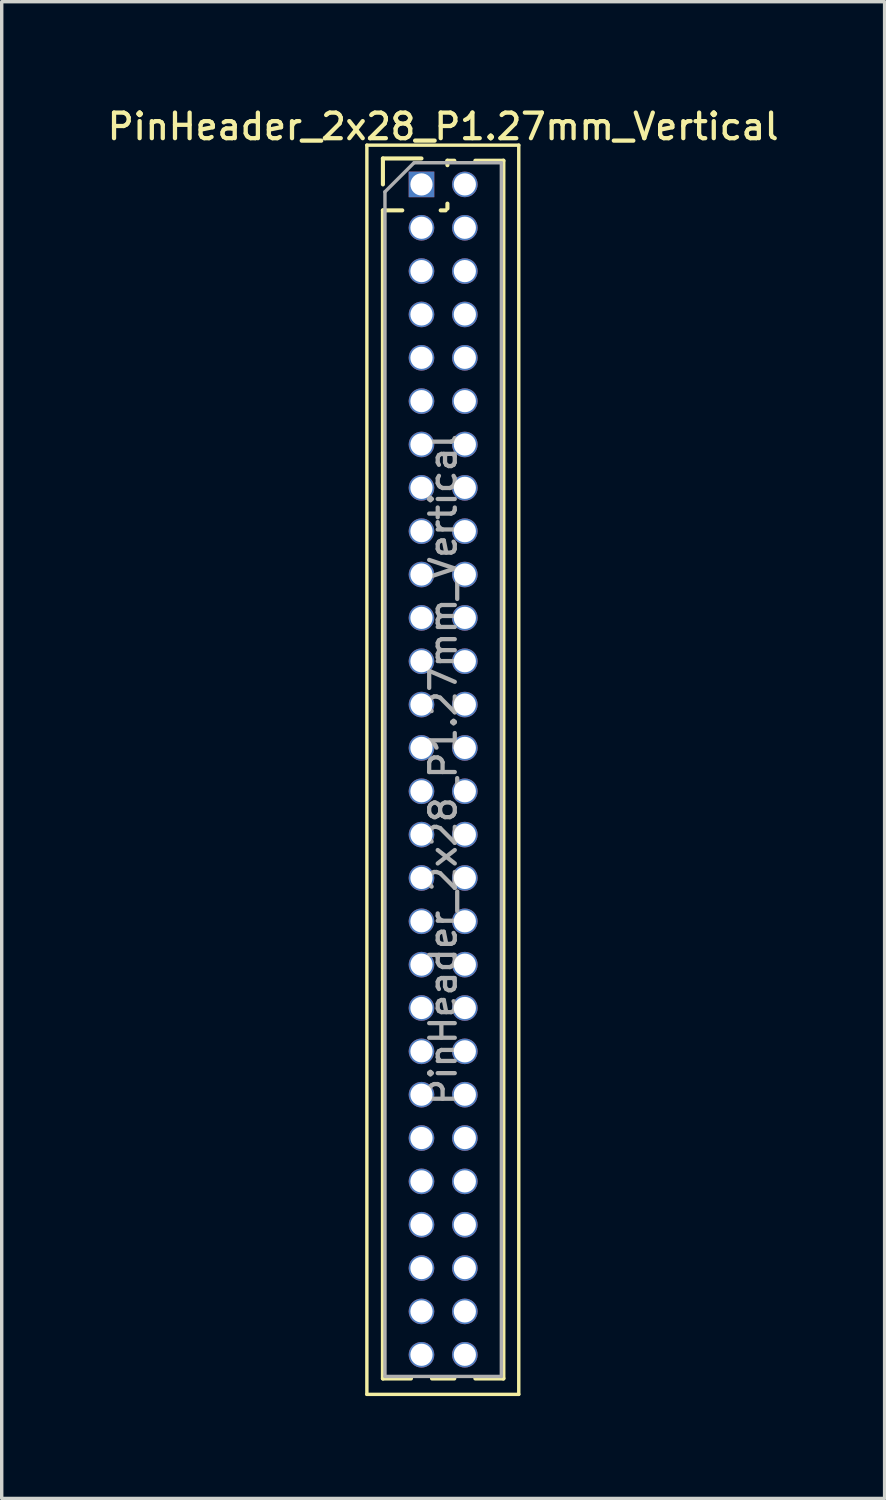
<source format=kicad_pcb>
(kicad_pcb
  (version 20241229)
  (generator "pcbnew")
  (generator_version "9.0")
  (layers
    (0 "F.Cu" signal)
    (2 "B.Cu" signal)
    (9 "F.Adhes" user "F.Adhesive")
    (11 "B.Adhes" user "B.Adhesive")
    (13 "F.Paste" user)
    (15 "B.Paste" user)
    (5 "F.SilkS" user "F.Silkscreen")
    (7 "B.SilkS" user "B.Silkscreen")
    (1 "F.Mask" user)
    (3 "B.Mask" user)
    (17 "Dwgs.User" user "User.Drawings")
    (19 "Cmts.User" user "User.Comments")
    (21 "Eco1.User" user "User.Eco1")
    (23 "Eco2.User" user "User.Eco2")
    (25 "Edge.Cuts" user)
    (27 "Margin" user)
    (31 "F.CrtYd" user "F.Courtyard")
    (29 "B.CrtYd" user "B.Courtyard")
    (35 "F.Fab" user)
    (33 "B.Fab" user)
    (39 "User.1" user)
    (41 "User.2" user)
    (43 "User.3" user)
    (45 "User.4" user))
  (footprint "PinHeader_2x28_P1.27mm_Vertical"
    (layer "F.Cu")
    (at 9.299 2.353)
    (property "Reference" "PinHeader_2x28_P1.27mm_Vertical" (at 0.635 -1.695 0) (layer "F.SilkS") (effects (font (size 0.75 0.75) (thickness 0.125))))
    (attr through_hole)
    (fp_line (start -1.6 -1.15) (end -1.6 35.45) (stroke (width 0.1) (type solid)) (layer "F.SilkS"))
    (fp_line (start -1.6 35.45) (end 2.85 35.45) (stroke (width 0.1) (type solid)) (layer "F.SilkS"))
    (fp_line (start -1.13 -0.76) (end 0 -0.76) (stroke (width 0.12) (type solid)) (layer "F.SilkS"))
    (fp_line (start -1.13 0) (end -1.13 -0.76) (stroke (width 0.12) (type solid)) (layer "F.SilkS"))
    (fp_line (start -1.13 0.76) (end -1.13 34.985) (stroke (width 0.12) (type solid)) (layer "F.SilkS"))
    (fp_line (start -1.13 0.76) (end -0.563 0.76) (stroke (width 0.12) (type solid)) (layer "F.SilkS"))
    (fp_line (start -1.13 34.985) (end -0.308 34.985) (stroke (width 0.12) (type solid)) (layer "F.SilkS"))
    (fp_line (start 0.308 34.985) (end 0.962 34.985) (stroke (width 0.12) (type solid)) (layer "F.SilkS"))
    (fp_line (start 0.563 0.76) (end 0.707 0.76) (stroke (width 0.12) (type solid)) (layer "F.SilkS"))
    (fp_line (start 0.76 -0.695) (end 0.962 -0.695) (stroke (width 0.12) (type solid)) (layer "F.SilkS"))
    (fp_line (start 0.76 -0.563) (end 0.76 -0.695) (stroke (width 0.12) (type solid)) (layer "F.SilkS"))
    (fp_line (start 0.76 0.707) (end 0.76 0.563) (stroke (width 0.12) (type solid)) (layer "F.SilkS"))
    (fp_line (start 1.578 -0.695) (end 2.4 -0.695) (stroke (width 0.12) (type solid)) (layer "F.SilkS"))
    (fp_line (start 1.578 34.985) (end 2.4 34.985) (stroke (width 0.12) (type solid)) (layer "F.SilkS"))
    (fp_line (start 2.4 -0.695) (end 2.4 34.985) (stroke (width 0.12) (type solid)) (layer "F.SilkS"))
    (fp_line (start 2.85 -1.15) (end -1.6 -1.15) (stroke (width 0.1) (type solid)) (layer "F.SilkS"))
    (fp_line (start 2.85 35.45) (end 2.85 -1.15) (stroke (width 0.1) (type solid)) (layer "F.SilkS"))
    (fp_line (start -1.07 0.217) (end -0.217 -0.635) (stroke (width 0.1) (type solid)) (layer "F.Fab"))
    (fp_line (start -1.07 34.925) (end -1.07 0.217) (stroke (width 0.1) (type solid)) (layer "F.Fab"))
    (fp_line (start -0.217 -0.635) (end 2.34 -0.635) (stroke (width 0.1) (type solid)) (layer "F.Fab"))
    (fp_line (start 2.34 -0.635) (end 2.34 34.925) (stroke (width 0.1) (type solid)) (layer "F.Fab"))
    (fp_line (start 2.34 34.925) (end -1.07 34.925) (stroke (width 0.1) (type solid)) (layer "F.Fab"))
    (fp_text user "${REFERENCE}" (at 0.635 17.145 90) (layer "F.Fab") (effects (font (size 0.75 0.75) (thickness 0.125))))
    (pad "1" thru_hole rect (at 0 0) (size 0.75 0.75) (drill 0.65) (layers "*.Cu" "*.Mask"))
    (pad "2" thru_hole oval (at 1.27 0) (size 0.75 0.75) (drill 0.65) (layers "*.Cu" "*.Mask"))
    (pad "3" thru_hole oval (at 0 1.27) (size 0.75 0.75) (drill 0.65) (layers "*.Cu" "*.Mask"))
    (pad "4" thru_hole oval (at 1.27 1.27) (size 0.75 0.75) (drill 0.65) (layers "*.Cu" "*.Mask"))
    (pad "5" thru_hole oval (at 0 2.54) (size 0.75 0.75) (drill 0.65) (layers "*.Cu" "*.Mask"))
    (pad "6" thru_hole oval (at 1.27 2.54) (size 0.75 0.75) (drill 0.65) (layers "*.Cu" "*.Mask"))
    (pad "7" thru_hole oval (at 0 3.81) (size 0.75 0.75) (drill 0.65) (layers "*.Cu" "*.Mask"))
    (pad "8" thru_hole oval (at 1.27 3.81) (size 0.75 0.75) (drill 0.65) (layers "*.Cu" "*.Mask"))
    (pad "9" thru_hole oval (at 0 5.08) (size 0.75 0.75) (drill 0.65) (layers "*.Cu" "*.Mask"))
    (pad "10" thru_hole oval (at 1.27 5.08) (size 0.75 0.75) (drill 0.65) (layers "*.Cu" "*.Mask"))
    (pad "11" thru_hole oval (at 0 6.35) (size 0.75 0.75) (drill 0.65) (layers "*.Cu" "*.Mask"))
    (pad "12" thru_hole oval (at 1.27 6.35) (size 0.75 0.75) (drill 0.65) (layers "*.Cu" "*.Mask"))
    (pad "13" thru_hole oval (at 0 7.62) (size 0.75 0.75) (drill 0.65) (layers "*.Cu" "*.Mask"))
    (pad "14" thru_hole oval (at 1.27 7.62) (size 0.75 0.75) (drill 0.65) (layers "*.Cu" "*.Mask"))
    (pad "15" thru_hole oval (at 0 8.89) (size 0.75 0.75) (drill 0.65) (layers "*.Cu" "*.Mask"))
    (pad "16" thru_hole oval (at 1.27 8.89) (size 0.75 0.75) (drill 0.65) (layers "*.Cu" "*.Mask"))
    (pad "17" thru_hole oval (at 0 10.16) (size 0.75 0.75) (drill 0.65) (layers "*.Cu" "*.Mask"))
    (pad "18" thru_hole oval (at 1.27 10.16) (size 0.75 0.75) (drill 0.65) (layers "*.Cu" "*.Mask"))
    (pad "19" thru_hole oval (at 0 11.43) (size 0.75 0.75) (drill 0.65) (layers "*.Cu" "*.Mask"))
    (pad "20" thru_hole oval (at 1.27 11.43) (size 0.75 0.75) (drill 0.65) (layers "*.Cu" "*.Mask"))
    (pad "21" thru_hole oval (at 0 12.7) (size 0.75 0.75) (drill 0.65) (layers "*.Cu" "*.Mask"))
    (pad "22" thru_hole oval (at 1.27 12.7) (size 0.75 0.75) (drill 0.65) (layers "*.Cu" "*.Mask"))
    (pad "23" thru_hole oval (at 0 13.97) (size 0.75 0.75) (drill 0.65) (layers "*.Cu" "*.Mask"))
    (pad "24" thru_hole oval (at 1.27 13.97) (size 0.75 0.75) (drill 0.65) (layers "*.Cu" "*.Mask"))
    (pad "25" thru_hole oval (at 0 15.24) (size 0.75 0.75) (drill 0.65) (layers "*.Cu" "*.Mask"))
    (pad "26" thru_hole oval (at 1.27 15.24) (size 0.75 0.75) (drill 0.65) (layers "*.Cu" "*.Mask"))
    (pad "27" thru_hole oval (at 0 16.51) (size 0.75 0.75) (drill 0.65) (layers "*.Cu" "*.Mask"))
    (pad "28" thru_hole oval (at 1.27 16.51) (size 0.75 0.75) (drill 0.65) (layers "*.Cu" "*.Mask"))
    (pad "29" thru_hole oval (at 0 17.78) (size 0.75 0.75) (drill 0.65) (layers "*.Cu" "*.Mask"))
    (pad "30" thru_hole oval (at 1.27 17.78) (size 0.75 0.75) (drill 0.65) (layers "*.Cu" "*.Mask"))
    (pad "31" thru_hole oval (at 0 19.05) (size 0.75 0.75) (drill 0.65) (layers "*.Cu" "*.Mask"))
    (pad "32" thru_hole oval (at 1.27 19.05) (size 0.75 0.75) (drill 0.65) (layers "*.Cu" "*.Mask"))
    (pad "33" thru_hole oval (at 0 20.32) (size 0.75 0.75) (drill 0.65) (layers "*.Cu" "*.Mask"))
    (pad "34" thru_hole oval (at 1.27 20.32) (size 0.75 0.75) (drill 0.65) (layers "*.Cu" "*.Mask"))
    (pad "35" thru_hole oval (at 0 21.59) (size 0.75 0.75) (drill 0.65) (layers "*.Cu" "*.Mask"))
    (pad "36" thru_hole oval (at 1.27 21.59) (size 0.75 0.75) (drill 0.65) (layers "*.Cu" "*.Mask"))
    (pad "37" thru_hole oval (at 0 22.86) (size 0.75 0.75) (drill 0.65) (layers "*.Cu" "*.Mask"))
    (pad "38" thru_hole oval (at 1.27 22.86) (size 0.75 0.75) (drill 0.65) (layers "*.Cu" "*.Mask"))
    (pad "39" thru_hole oval (at 0 24.13) (size 0.75 0.75) (drill 0.65) (layers "*.Cu" "*.Mask"))
    (pad "40" thru_hole oval (at 1.27 24.13) (size 0.75 0.75) (drill 0.65) (layers "*.Cu" "*.Mask"))
    (pad "41" thru_hole oval (at 0 25.4) (size 0.75 0.75) (drill 0.65) (layers "*.Cu" "*.Mask"))
    (pad "42" thru_hole oval (at 1.27 25.4) (size 0.75 0.75) (drill 0.65) (layers "*.Cu" "*.Mask"))
    (pad "43" thru_hole oval (at 0 26.67) (size 0.75 0.75) (drill 0.65) (layers "*.Cu" "*.Mask"))
    (pad "44" thru_hole oval (at 1.27 26.67) (size 0.75 0.75) (drill 0.65) (layers "*.Cu" "*.Mask"))
    (pad "45" thru_hole oval (at 0 27.94) (size 0.75 0.75) (drill 0.65) (layers "*.Cu" "*.Mask"))
    (pad "46" thru_hole oval (at 1.27 27.94) (size 0.75 0.75) (drill 0.65) (layers "*.Cu" "*.Mask"))
    (pad "47" thru_hole oval (at 0 29.21) (size 0.75 0.75) (drill 0.65) (layers "*.Cu" "*.Mask"))
    (pad "48" thru_hole oval (at 1.27 29.21) (size 0.75 0.75) (drill 0.65) (layers "*.Cu" "*.Mask"))
    (pad "49" thru_hole oval (at 0 30.48) (size 0.75 0.75) (drill 0.65) (layers "*.Cu" "*.Mask"))
    (pad "50" thru_hole oval (at 1.27 30.48) (size 0.75 0.75) (drill 0.65) (layers "*.Cu" "*.Mask"))
    (pad "51" thru_hole oval (at 0 31.75) (size 0.75 0.75) (drill 0.65) (layers "*.Cu" "*.Mask"))
    (pad "52" thru_hole oval (at 1.27 31.75) (size 0.75 0.75) (drill 0.65) (layers "*.Cu" "*.Mask"))
    (pad "53" thru_hole oval (at 0 33.02) (size 0.75 0.75) (drill 0.65) (layers "*.Cu" "*.Mask"))
    (pad "54" thru_hole oval (at 1.27 33.02) (size 0.75 0.75) (drill 0.65) (layers "*.Cu" "*.Mask"))
    (pad "55" thru_hole oval (at 0 34.29) (size 0.75 0.75) (drill 0.65) (layers "*.Cu" "*.Mask"))
    (pad "56" thru_hole oval (at 1.27 34.29) (size 0.75 0.75) (drill 0.65) (layers "*.Cu" "*.Mask")))
  (gr_rect
    (start -3 -3)
    (end 22.868 40.853)
    (stroke (width 0.1) (type default))
    (fill no)
    (layer "Edge.Cuts")))
</source>
